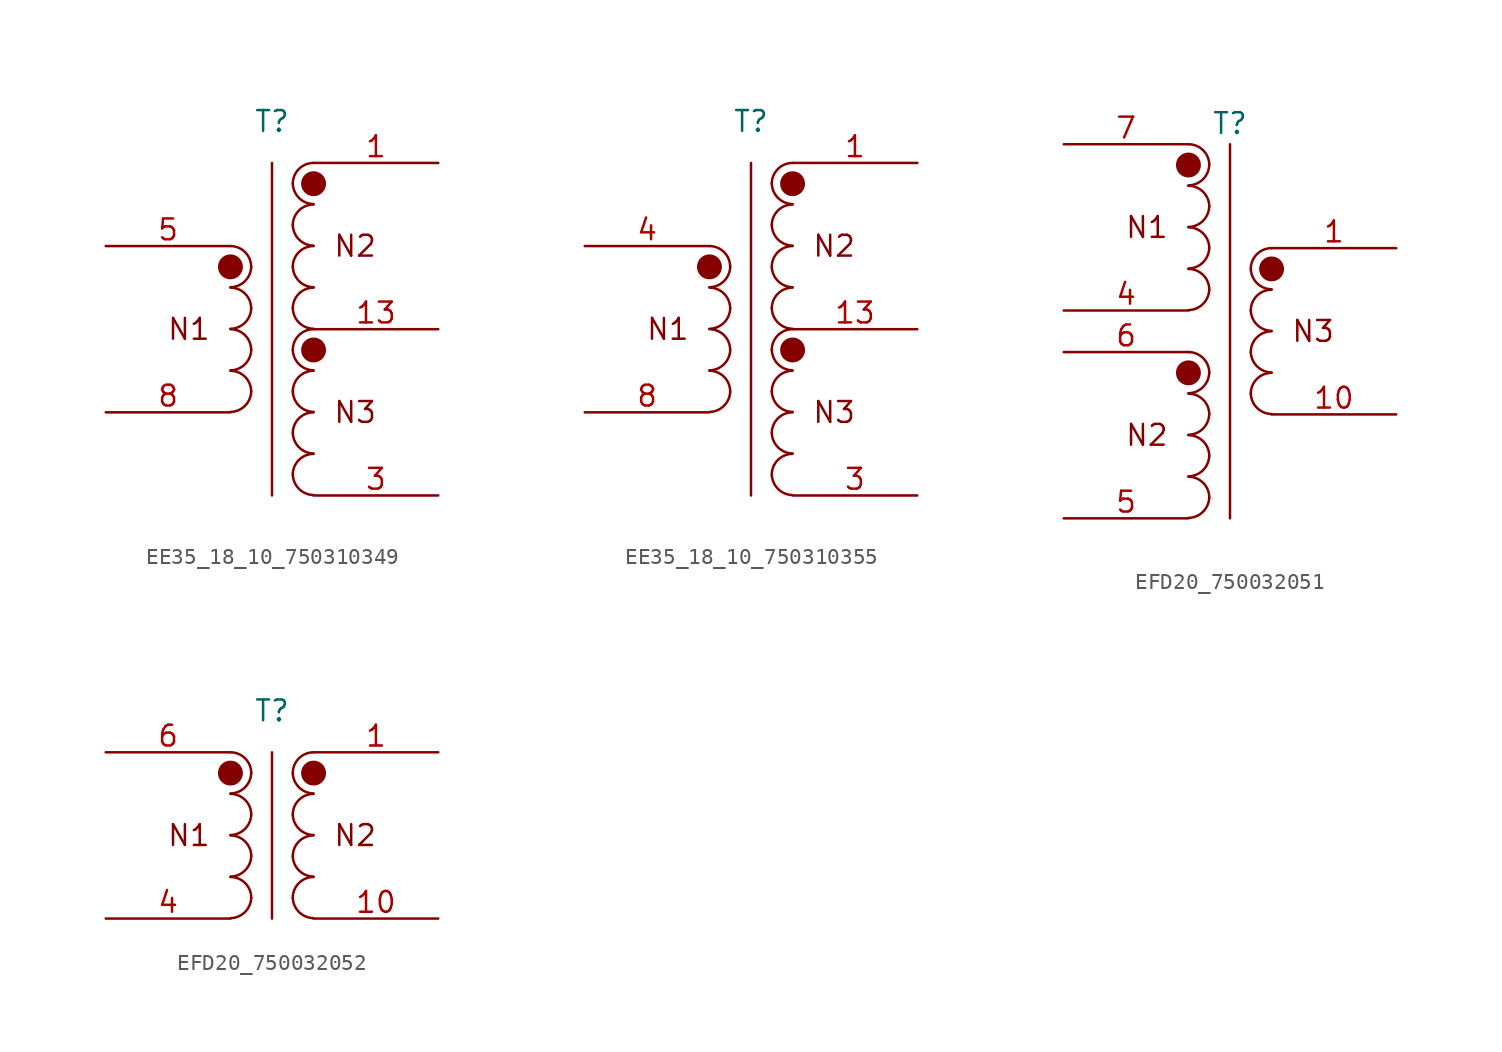
<source format=kicad_sym>
(kicad_symbol_lib
  (version 20220914)
  (generator kicad_symbol_editor)
  (symbol "EE35_18_10_750310349"
    (pin_names hide)
    (property "Reference" "T"
      (at 0 12.7 0)
      (effects (font (size 1.27 1.27))))
    (property "Critical Parameter" ""
      (at 0 -5.08 0)
      (effects (font (size 1.27 1.27))))
    (symbol "EE35_18_10_750310349_0_1"
      (arc (start -2.54 -5.0546) (mid -1.6561 -4.6863) (end -1.27 -3.81) (stroke (width 0) (type default)) (fill (type none)))
      (arc (start -2.54 -2.5146) (mid -1.6561 -2.1463) (end -1.27 -1.27) (stroke (width 0) (type default)) (fill (type none)))
      (arc (start -2.54 0.0254) (mid -1.6561 0.3937) (end -1.27 1.27) (stroke (width 0) (type default)) (fill (type none)))
      (arc (start -2.54 2.5654) (mid -1.6561 2.9337) (end -1.27 3.81) (stroke (width 0) (type default)) (fill (type none)))
      (arc (start -1.27 -3.81) (mid -1.642 -2.912) (end -2.54 -2.54) (stroke (width 0) (type default)) (fill (type none)))
      (arc (start -1.27 -1.27) (mid -1.642 -0.372) (end -2.54 0) (stroke (width 0) (type default)) (fill (type none)))
      (arc (start -1.27 1.27) (mid -1.642 2.168) (end -2.54 2.54) (stroke (width 0) (type default)) (fill (type none)))
      (arc (start -1.27 3.81) (mid -1.642 4.708) (end -2.54 5.08) (stroke (width 0) (type default)) (fill (type none)))
      (polyline (pts (xy 0 -10.16) (xy 0 10.16)) (stroke (width 0) (type default)) (fill (type none)))
      (arc (start 1.27 -8.89) (mid 1.6561 -9.7663) (end 2.54 -10.1346) (stroke (width 0) (type default)) (fill (type none)))
      (arc (start 1.27 -6.35) (mid 1.6561 -7.2263) (end 2.54 -7.5946) (stroke (width 0) (type default)) (fill (type none)))
      (arc (start 1.27 -3.81) (mid 1.6561 -4.6863) (end 2.54 -5.0546) (stroke (width 0) (type default)) (fill (type none)))
      (arc (start 1.27 -1.27) (mid 1.6561 -2.1463) (end 2.54 -2.5146) (stroke (width 0) (type default)) (fill (type none)))
      (arc (start 1.27 1.27) (mid 1.6561 0.3937) (end 2.54 0.0254) (stroke (width 0) (type default)) (fill (type none)))
      (arc (start 1.27 3.81) (mid 1.6561 2.9337) (end 2.54 2.5654) (stroke (width 0) (type default)) (fill (type none)))
      (arc (start 1.27 6.35) (mid 1.6561 5.4737) (end 2.54 5.1054) (stroke (width 0) (type default)) (fill (type none)))
      (arc (start 1.27 8.89) (mid 1.6561 8.0137) (end 2.54 7.6454) (stroke (width 0) (type default)) (fill (type none)))
      (arc (start 2.54 -7.62) (mid 1.642 -7.992) (end 1.27 -8.89) (stroke (width 0) (type default)) (fill (type none)))
      (arc (start 2.54 -5.08) (mid 1.642 -5.452) (end 1.27 -6.35) (stroke (width 0) (type default)) (fill (type none)))
      (arc (start 2.54 -2.54) (mid 1.642 -2.912) (end 1.27 -3.81) (stroke (width 0) (type default)) (fill (type none)))
      (arc (start 2.54 0) (mid 1.642 -0.372) (end 1.27 -1.27) (stroke (width 0) (type default)) (fill (type none)))
      (arc (start 2.54 2.54) (mid 1.642 2.168) (end 1.27 1.27) (stroke (width 0) (type default)) (fill (type none)))
      (arc (start 2.54 5.08) (mid 1.642 4.708) (end 1.27 3.81) (stroke (width 0) (type default)) (fill (type none)))
      (arc (start 2.54 7.62) (mid 1.642 7.248) (end 1.27 6.35) (stroke (width 0) (type default)) (fill (type none)))
      (arc (start 2.54 10.16) (mid 1.642 9.788) (end 1.27 8.89) (stroke (width 0) (type default)) (fill (type none))))
    (symbol "EE35_18_10_750310349_1_1"
      (circle (center -2.54 3.81) (radius 0.0001) (stroke (width 0.762) (type default)) (fill (type none)))
      (circle (center 2.54 -1.27) (radius 0.0001) (stroke (width 0.762) (type default)) (fill (type none)))
      (circle (center 2.54 8.89) (radius 0.0001) (stroke (width 0.762) (type default)) (fill (type none)))
      (text "N1" (at -5.08 0 0) (effects (font (size 1.27 1.27))))
      (text "N2" (at 5.08 5.08 0) (effects (font (size 1.27 1.27))))
      (text "N3" (at 5.08 -5.08 0) (effects (font (size 1.27 1.27))))
      (pin passive line (at 10.16 10.16 180) (length 7.62) (name "1" (effects (font (size 1.27 1.27)))) (number "1" (effects (font (size 1.27 1.27)))))
      (pin passive line (at -10.16 -5.08 0) (length 7.62) hide (name "10" (effects (font (size 1.27 1.27)))) (number "10" (effects (font (size 1.27 1.27)))))
      (pin passive line (at 10.16 0 180) (length 7.62) (name "13" (effects (font (size 1.27 1.27)))) (number "13" (effects (font (size 1.27 1.27)))))
      (pin passive line (at 10.16 -10.16 180) (length 7.62) (name "3" (effects (font (size 1.27 1.27)))) (number "3" (effects (font (size 1.27 1.27)))))
      (pin passive line (at -10.16 5.08 0) (length 7.62) (name "5" (effects (font (size 1.27 1.27)))) (number "5" (effects (font (size 1.27 1.27)))))
      (pin passive line (at -10.16 5.08 0) (length 7.62) hide (name "6" (effects (font (size 1.27 1.27)))) (number "6" (effects (font (size 1.27 1.27)))))
      (pin passive line (at -10.16 5.08 0) (length 7.62) hide (name "7" (effects (font (size 1.27 1.27)))) (number "7" (effects (font (size 1.27 1.27)))))
      (pin passive line (at -10.16 -5.08 0) (length 7.62) (name "8" (effects (font (size 1.27 1.27)))) (number "8" (effects (font (size 1.27 1.27)))))
      (pin passive line (at -10.16 -5.08 0) (length 7.62) hide (name "9" (effects (font (size 1.27 1.27)))) (number "9" (effects (font (size 1.27 1.27)))))))
  (symbol "EE35_18_10_750310355"
    (pin_names hide)
    (property "Reference" "T"
      (at 0 12.7 0)
      (effects (font (size 1.27 1.27))))
    (property "Critical Parameter" ""
      (at 0 -5.08 0)
      (effects (font (size 1.27 1.27))))
    (symbol "EE35_18_10_750310355_0_1"
      (arc (start -2.54 -5.0546) (mid -1.6561 -4.6863) (end -1.27 -3.81) (stroke (width 0) (type default)) (fill (type none)))
      (arc (start -2.54 -2.5146) (mid -1.6561 -2.1463) (end -1.27 -1.27) (stroke (width 0) (type default)) (fill (type none)))
      (arc (start -2.54 0.0254) (mid -1.6561 0.3937) (end -1.27 1.27) (stroke (width 0) (type default)) (fill (type none)))
      (arc (start -2.54 2.5654) (mid -1.6561 2.9337) (end -1.27 3.81) (stroke (width 0) (type default)) (fill (type none)))
      (arc (start -1.27 -3.81) (mid -1.642 -2.912) (end -2.54 -2.54) (stroke (width 0) (type default)) (fill (type none)))
      (arc (start -1.27 -1.27) (mid -1.642 -0.372) (end -2.54 0) (stroke (width 0) (type default)) (fill (type none)))
      (arc (start -1.27 1.27) (mid -1.642 2.168) (end -2.54 2.54) (stroke (width 0) (type default)) (fill (type none)))
      (arc (start -1.27 3.81) (mid -1.642 4.708) (end -2.54 5.08) (stroke (width 0) (type default)) (fill (type none)))
      (polyline (pts (xy 0 -10.16) (xy 0 10.16)) (stroke (width 0) (type default)) (fill (type none)))
      (arc (start 1.27 -8.89) (mid 1.6561 -9.7663) (end 2.54 -10.1346) (stroke (width 0) (type default)) (fill (type none)))
      (arc (start 1.27 -6.35) (mid 1.6561 -7.2263) (end 2.54 -7.5946) (stroke (width 0) (type default)) (fill (type none)))
      (arc (start 1.27 -3.81) (mid 1.6561 -4.6863) (end 2.54 -5.0546) (stroke (width 0) (type default)) (fill (type none)))
      (arc (start 1.27 -1.27) (mid 1.6561 -2.1463) (end 2.54 -2.5146) (stroke (width 0) (type default)) (fill (type none)))
      (arc (start 1.27 1.27) (mid 1.6561 0.3937) (end 2.54 0.0254) (stroke (width 0) (type default)) (fill (type none)))
      (arc (start 1.27 3.81) (mid 1.6561 2.9337) (end 2.54 2.5654) (stroke (width 0) (type default)) (fill (type none)))
      (arc (start 1.27 6.35) (mid 1.6561 5.4737) (end 2.54 5.1054) (stroke (width 0) (type default)) (fill (type none)))
      (arc (start 1.27 8.89) (mid 1.6561 8.0137) (end 2.54 7.6454) (stroke (width 0) (type default)) (fill (type none)))
      (arc (start 2.54 -7.62) (mid 1.642 -7.992) (end 1.27 -8.89) (stroke (width 0) (type default)) (fill (type none)))
      (arc (start 2.54 -5.08) (mid 1.642 -5.452) (end 1.27 -6.35) (stroke (width 0) (type default)) (fill (type none)))
      (arc (start 2.54 -2.54) (mid 1.642 -2.912) (end 1.27 -3.81) (stroke (width 0) (type default)) (fill (type none)))
      (arc (start 2.54 0) (mid 1.642 -0.372) (end 1.27 -1.27) (stroke (width 0) (type default)) (fill (type none)))
      (arc (start 2.54 2.54) (mid 1.642 2.168) (end 1.27 1.27) (stroke (width 0) (type default)) (fill (type none)))
      (arc (start 2.54 5.08) (mid 1.642 4.708) (end 1.27 3.81) (stroke (width 0) (type default)) (fill (type none)))
      (arc (start 2.54 7.62) (mid 1.642 7.248) (end 1.27 6.35) (stroke (width 0) (type default)) (fill (type none)))
      (arc (start 2.54 10.16) (mid 1.642 9.788) (end 1.27 8.89) (stroke (width 0) (type default)) (fill (type none))))
    (symbol "EE35_18_10_750310355_1_1"
      (circle (center -2.54 3.81) (radius 0.0001) (stroke (width 0.762) (type default)) (fill (type none)))
      (circle (center 2.54 -1.27) (radius 0.0001) (stroke (width 0.762) (type default)) (fill (type none)))
      (circle (center 2.54 8.89) (radius 0.0001) (stroke (width 0.762) (type default)) (fill (type none)))
      (text "N1" (at -5.08 0 0) (effects (font (size 1.27 1.27))))
      (text "N2" (at 5.08 5.08 0) (effects (font (size 1.27 1.27))))
      (text "N3" (at 5.08 -5.08 0) (effects (font (size 1.27 1.27))))
      (pin passive line (at 10.16 10.16 180) (length 7.62) (name "1" (effects (font (size 1.27 1.27)))) (number "1" (effects (font (size 1.27 1.27)))))
      (pin passive line (at -10.16 -5.08 0) (length 7.62) hide (name "10" (effects (font (size 1.27 1.27)))) (number "10" (effects (font (size 1.27 1.27)))))
      (pin passive line (at -10.16 -5.08 0) (length 7.62) hide (name "11" (effects (font (size 1.27 1.27)))) (number "11" (effects (font (size 1.27 1.27)))))
      (pin passive line (at 10.16 0 180) (length 7.62) (name "13" (effects (font (size 1.27 1.27)))) (number "13" (effects (font (size 1.27 1.27)))))
      (pin passive line (at 10.16 -10.16 180) (length 7.62) (name "3" (effects (font (size 1.27 1.27)))) (number "3" (effects (font (size 1.27 1.27)))))
      (pin passive line (at -10.16 5.08 0) (length 7.62) (name "4" (effects (font (size 1.27 1.27)))) (number "4" (effects (font (size 1.27 1.27)))))
      (pin passive line (at -10.16 5.08 0) (length 7.62) hide (name "5" (effects (font (size 1.27 1.27)))) (number "5" (effects (font (size 1.27 1.27)))))
      (pin passive line (at -10.16 5.08 0) (length 7.62) hide (name "6" (effects (font (size 1.27 1.27)))) (number "6" (effects (font (size 1.27 1.27)))))
      (pin passive line (at -10.16 5.08 0) (length 7.62) hide (name "7" (effects (font (size 1.27 1.27)))) (number "7" (effects (font (size 1.27 1.27)))))
      (pin passive line (at -10.16 -5.08 0) (length 7.62) (name "8" (effects (font (size 1.27 1.27)))) (number "8" (effects (font (size 1.27 1.27)))))
      (pin passive line (at -10.16 -5.08 0) (length 7.62) hide (name "9" (effects (font (size 1.27 1.27)))) (number "9" (effects (font (size 1.27 1.27)))))))
  (symbol "EFD20_750032051"
    (pin_names hide)
    (property "Reference" "T"
      (at 0 12.7 0)
      (effects (font (size 1.27 1.27))))
    (property "Critical Parameter" ""
      (at 0 -5.08 0)
      (effects (font (size 1.27 1.27))))
    (symbol "EFD20_750032051_0_1"
      (arc (start -2.54 -11.4046) (mid -1.6561 -11.0363) (end -1.27 -10.16) (stroke (width 0) (type default)) (fill (type none)))
      (arc (start -2.54 -8.8646) (mid -1.6561 -8.4963) (end -1.27 -7.62) (stroke (width 0) (type default)) (fill (type none)))
      (arc (start -2.54 -6.3246) (mid -1.6561 -5.9563) (end -1.27 -5.08) (stroke (width 0) (type default)) (fill (type none)))
      (arc (start -2.54 -3.7846) (mid -1.6561 -3.4163) (end -1.27 -2.54) (stroke (width 0) (type default)) (fill (type none)))
      (arc (start -2.54 1.2954) (mid -1.6561 1.6637) (end -1.27 2.54) (stroke (width 0) (type default)) (fill (type none)))
      (arc (start -2.54 3.8354) (mid -1.6561 4.2037) (end -1.27 5.08) (stroke (width 0) (type default)) (fill (type none)))
      (arc (start -2.54 6.3754) (mid -1.6561 6.7437) (end -1.27 7.62) (stroke (width 0) (type default)) (fill (type none)))
      (arc (start -2.54 8.9154) (mid -1.6561 9.2837) (end -1.27 10.16) (stroke (width 0) (type default)) (fill (type none)))
      (arc (start -1.27 -10.16) (mid -1.642 -9.262) (end -2.54 -8.89) (stroke (width 0) (type default)) (fill (type none)))
      (arc (start -1.27 -7.62) (mid -1.642 -6.722) (end -2.54 -6.35) (stroke (width 0) (type default)) (fill (type none)))
      (arc (start -1.27 -5.08) (mid -1.642 -4.182) (end -2.54 -3.81) (stroke (width 0) (type default)) (fill (type none)))
      (arc (start -1.27 -2.54) (mid -1.642 -1.642) (end -2.54 -1.27) (stroke (width 0) (type default)) (fill (type none)))
      (arc (start -1.27 2.54) (mid -1.642 3.438) (end -2.54 3.81) (stroke (width 0) (type default)) (fill (type none)))
      (arc (start -1.27 5.08) (mid -1.642 5.978) (end -2.54 6.35) (stroke (width 0) (type default)) (fill (type none)))
      (arc (start -1.27 7.62) (mid -1.642 8.518) (end -2.54 8.89) (stroke (width 0) (type default)) (fill (type none)))
      (arc (start -1.27 10.16) (mid -1.642 11.058) (end -2.54 11.43) (stroke (width 0) (type default)) (fill (type none)))
      (polyline (pts (xy 0 -11.43) (xy 0 11.43)) (stroke (width 0) (type default)) (fill (type none)))
      (arc (start 1.27 -3.81) (mid 1.6561 -4.6863) (end 2.54 -5.0546) (stroke (width 0) (type default)) (fill (type none)))
      (arc (start 1.27 -1.27) (mid 1.6561 -2.1463) (end 2.54 -2.5146) (stroke (width 0) (type default)) (fill (type none)))
      (arc (start 1.27 1.27) (mid 1.6561 0.3937) (end 2.54 0.0254) (stroke (width 0) (type default)) (fill (type none)))
      (arc (start 1.27 3.81) (mid 1.6561 2.9337) (end 2.54 2.5654) (stroke (width 0) (type default)) (fill (type none)))
      (arc (start 2.54 -2.54) (mid 1.642 -2.912) (end 1.27 -3.81) (stroke (width 0) (type default)) (fill (type none)))
      (arc (start 2.54 0) (mid 1.642 -0.372) (end 1.27 -1.27) (stroke (width 0) (type default)) (fill (type none)))
      (arc (start 2.54 2.54) (mid 1.642 2.168) (end 1.27 1.27) (stroke (width 0) (type default)) (fill (type none)))
      (arc (start 2.54 5.08) (mid 1.642 4.708) (end 1.27 3.81) (stroke (width 0) (type default)) (fill (type none))))
    (symbol "EFD20_750032051_1_1"
      (circle (center -2.54 -2.54) (radius 0.0001) (stroke (width 0.762) (type default)) (fill (type none)))
      (circle (center -2.54 10.16) (radius 0.0001) (stroke (width 0.762) (type default)) (fill (type none)))
      (circle (center 2.54 3.81) (radius 0.0001) (stroke (width 0.762) (type default)) (fill (type none)))
      (text "N1" (at -5.08 6.35 0) (effects (font (size 1.27 1.27))))
      (text "N2" (at -5.08 -6.35 0) (effects (font (size 1.27 1.27))))
      (text "N3" (at 5.08 0 0) (effects (font (size 1.27 1.27))))
      (pin passive line (at 10.16 5.08 180) (length 7.62) (name "1" (effects (font (size 1.27 1.27)))) (number "1" (effects (font (size 1.27 1.27)))))
      (pin passive line (at 10.16 -5.08 180) (length 7.62) (name "10" (effects (font (size 1.27 1.27)))) (number "10" (effects (font (size 1.27 1.27)))))
      (pin passive line (at -10.16 1.27 0) (length 7.62) (name "4" (effects (font (size 1.27 1.27)))) (number "4" (effects (font (size 1.27 1.27)))))
      (pin passive line (at -10.16 -11.43 0) (length 7.62) (name "5" (effects (font (size 1.27 1.27)))) (number "5" (effects (font (size 1.27 1.27)))))
      (pin passive line (at -10.16 -1.27 0) (length 7.62) (name "6" (effects (font (size 1.27 1.27)))) (number "6" (effects (font (size 1.27 1.27)))))
      (pin passive line (at -10.16 11.43 0) (length 7.62) (name "7" (effects (font (size 1.27 1.27)))) (number "7" (effects (font (size 1.27 1.27)))))))
  (symbol "EFD20_750032052"
    (pin_names hide)
    (property "Reference" "T"
      (at 0 7.62 0)
      (effects (font (size 1.27 1.27))))
    (property "Critical Parameter" ""
      (at 0 -5.08 0)
      (effects (font (size 1.27 1.27))))
    (symbol "EFD20_750032052_0_1"
      (arc (start -2.54 -5.0546) (mid -1.6561 -4.6863) (end -1.27 -3.81) (stroke (width 0) (type default)) (fill (type none)))
      (arc (start -2.54 -2.5146) (mid -1.6561 -2.1463) (end -1.27 -1.27) (stroke (width 0) (type default)) (fill (type none)))
      (arc (start -2.54 0.0254) (mid -1.6561 0.3937) (end -1.27 1.27) (stroke (width 0) (type default)) (fill (type none)))
      (arc (start -2.54 2.5654) (mid -1.6561 2.9337) (end -1.27 3.81) (stroke (width 0) (type default)) (fill (type none)))
      (arc (start -1.27 -3.81) (mid -1.642 -2.912) (end -2.54 -2.54) (stroke (width 0) (type default)) (fill (type none)))
      (arc (start -1.27 -1.27) (mid -1.642 -0.372) (end -2.54 0) (stroke (width 0) (type default)) (fill (type none)))
      (arc (start -1.27 1.27) (mid -1.642 2.168) (end -2.54 2.54) (stroke (width 0) (type default)) (fill (type none)))
      (arc (start -1.27 3.81) (mid -1.642 4.708) (end -2.54 5.08) (stroke (width 0) (type default)) (fill (type none)))
      (polyline (pts (xy 0 -5.08) (xy 0 5.08)) (stroke (width 0) (type default)) (fill (type none)))
      (arc (start 1.27 -3.81) (mid 1.6561 -4.6863) (end 2.54 -5.0546) (stroke (width 0) (type default)) (fill (type none)))
      (arc (start 1.27 -1.27) (mid 1.6561 -2.1463) (end 2.54 -2.5146) (stroke (width 0) (type default)) (fill (type none)))
      (arc (start 1.27 1.27) (mid 1.6561 0.3937) (end 2.54 0.0254) (stroke (width 0) (type default)) (fill (type none)))
      (arc (start 1.27 3.81) (mid 1.6561 2.9337) (end 2.54 2.5654) (stroke (width 0) (type default)) (fill (type none)))
      (arc (start 2.54 -2.54) (mid 1.642 -2.912) (end 1.27 -3.81) (stroke (width 0) (type default)) (fill (type none)))
      (arc (start 2.54 0) (mid 1.642 -0.372) (end 1.27 -1.27) (stroke (width 0) (type default)) (fill (type none)))
      (arc (start 2.54 2.54) (mid 1.642 2.168) (end 1.27 1.27) (stroke (width 0) (type default)) (fill (type none)))
      (arc (start 2.54 5.08) (mid 1.642 4.708) (end 1.27 3.81) (stroke (width 0) (type default)) (fill (type none))))
    (symbol "EFD20_750032052_1_1"
      (circle (center -2.54 3.81) (radius 0.0001) (stroke (width 0.762) (type default)) (fill (type none)))
      (circle (center 2.54 3.81) (radius 0.0001) (stroke (width 0.762) (type default)) (fill (type none)))
      (text "N1" (at -5.08 0 0) (effects (font (size 1.27 1.27))))
      (text "N2" (at 5.08 0 0) (effects (font (size 1.27 1.27))))
      (pin passive line (at 10.16 5.08 180) (length 7.62) (name "1" (effects (font (size 1.27 1.27)))) (number "1" (effects (font (size 1.27 1.27)))))
      (pin passive line (at 10.16 -5.08 180) (length 7.62) (name "10" (effects (font (size 1.27 1.27)))) (number "10" (effects (font (size 1.27 1.27)))))
      (pin passive line (at -10.16 -5.08 0) (length 7.62) (name "4" (effects (font (size 1.27 1.27)))) (number "4" (effects (font (size 1.27 1.27)))))
      (pin passive line (at -10.16 -5.08 0) (length 7.62) hide (name "5" (effects (font (size 1.27 1.27)))) (number "5" (effects (font (size 1.27 1.27)))))
      (pin passive line (at -10.16 5.08 0) (length 7.62) (name "6" (effects (font (size 1.27 1.27)))) (number "6" (effects (font (size 1.27 1.27)))))
      (pin passive line (at -10.16 5.08 0) (length 7.62) hide (name "7" (effects (font (size 1.27 1.27)))) (number "7" (effects (font (size 1.27 1.27))))))))
</source>
